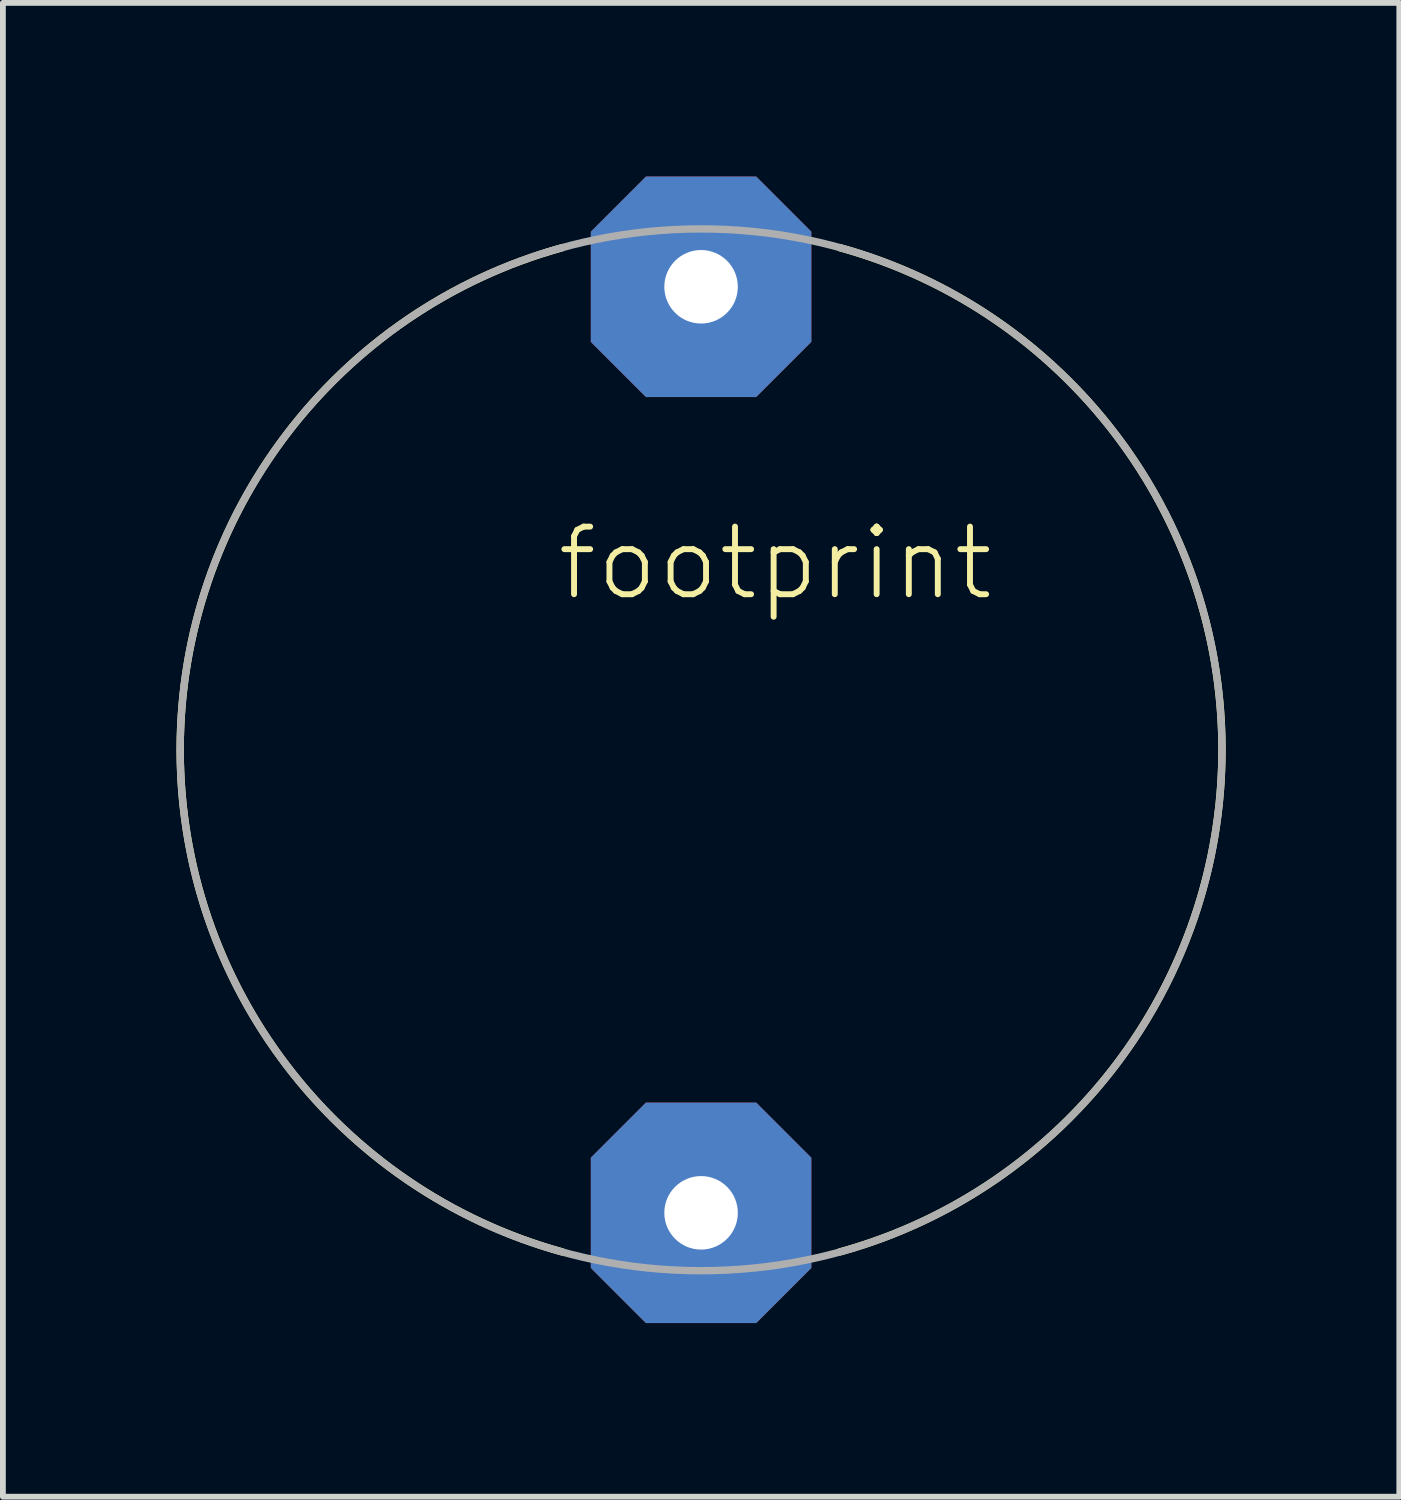
<source format=kicad_pcb>
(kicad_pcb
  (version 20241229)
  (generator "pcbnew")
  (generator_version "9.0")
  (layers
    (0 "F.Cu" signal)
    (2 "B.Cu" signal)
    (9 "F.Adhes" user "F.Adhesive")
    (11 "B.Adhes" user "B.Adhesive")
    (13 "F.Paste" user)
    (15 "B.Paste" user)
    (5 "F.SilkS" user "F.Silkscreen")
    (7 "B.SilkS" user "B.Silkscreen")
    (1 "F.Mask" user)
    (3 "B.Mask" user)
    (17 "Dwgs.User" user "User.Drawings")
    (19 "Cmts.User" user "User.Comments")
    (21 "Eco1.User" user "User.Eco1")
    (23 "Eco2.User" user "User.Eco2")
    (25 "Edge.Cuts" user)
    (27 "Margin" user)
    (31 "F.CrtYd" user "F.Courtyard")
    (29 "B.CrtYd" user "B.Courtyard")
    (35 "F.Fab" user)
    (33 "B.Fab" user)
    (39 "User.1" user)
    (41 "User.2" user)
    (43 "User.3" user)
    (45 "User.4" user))
  (footprint "footprint"
    (layer "F.Cu")
    (at 9.063 9.905)
    (property "Reference" "footprint" (at -2.54 -2.54 0) (layer "F.SilkS") (effects (font (size 1.168 1.168) (thickness 0.102)) (justify left bottom)))
    (fp_arc (start -2.400002 8.674999) (mid -8.999988 -0.000001) (end -2.4 -8.675) (stroke (width 0.127) (type solid)) (layer "F.SilkS"))
    (fp_arc (start 2.400002 -8.674999) (mid 8.999988 0.000001) (end 2.4 8.675) (stroke (width 0.127) (type solid)) (layer "F.SilkS"))
    (fp_circle (center 0 0) (end 9 0) (stroke (width 0.127) (type solid)) (fill no) (layer "F.Fab"))
    (pad "1" thru_hole roundrect (at 0 -8) (size 3.81 3.81) (drill 1.27) (layers "*.Cu" "*.Mask") (roundrect_rratio 0.25) (chamfer_ratio 0.25) (chamfer top_left top_right bottom_left bottom_right))
    (pad "2" thru_hole roundrect (at 0 8) (size 3.81 3.81) (drill 1.27) (layers "*.Cu" "*.Mask") (roundrect_rratio 0.25) (chamfer_ratio 0.25) (chamfer top_left top_right bottom_left bottom_right)))
  (gr_rect
    (start -3 -3)
    (end 21.127 22.81)
    (stroke (width 0.1) (type default))
    (fill no)
    (layer "Edge.Cuts")))
</source>
